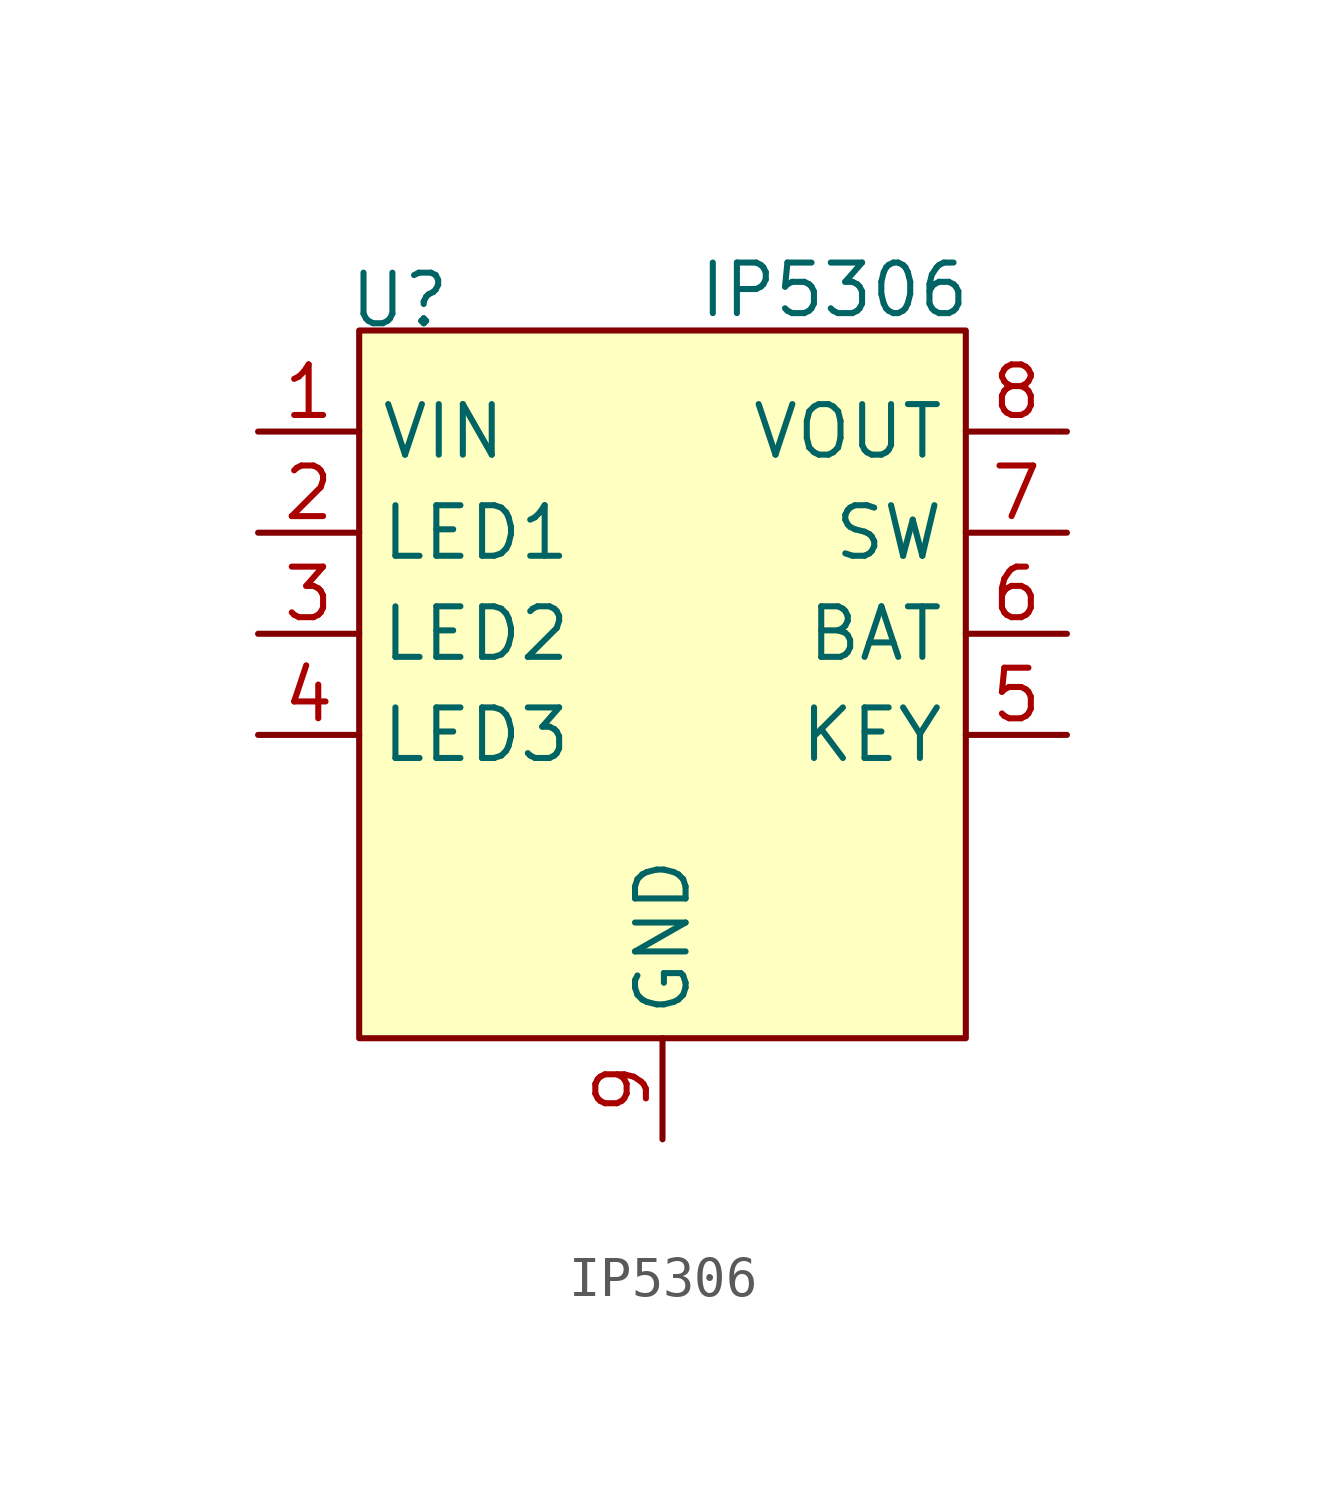
<source format=kicad_sym>
(kicad_symbol_lib
  (version 20231120)
  (generator "kicad_symbol_editor")
  (generator_version "8.0")
  (symbol "IP5306"
    (property "Reference" "U"
      (at -6.604 8.382 0)
      (effects (font (size 1.27 1.27))))
    (property "Value" "IP5306"
      (at 4.318 8.636 0)
      (effects (font (size 1.27 1.27))))
    (symbol "IP5306_1_1"
      (rectangle (start -7.62 7.62) (end 7.62 -10.16) (stroke (width 0) (type default)) (fill (type background)))
      (pin power_in line (at -10.16 5.08 0) (length 2.54) (name "VIN" (effects (font (size 1.27 1.27)))) (number "1" (effects (font (size 1.27 1.27)))))
      (pin bidirectional line (at -10.16 2.54 0) (length 2.54) (name "LED1" (effects (font (size 1.27 1.27)))) (number "2" (effects (font (size 1.27 1.27)))))
      (pin bidirectional line (at -10.16 0 0) (length 2.54) (name "LED2" (effects (font (size 1.27 1.27)))) (number "3" (effects (font (size 1.27 1.27)))))
      (pin bidirectional line (at -10.16 -2.54 0) (length 2.54) (name "LED3" (effects (font (size 1.27 1.27)))) (number "4" (effects (font (size 1.27 1.27)))))
      (pin bidirectional line (at 10.16 -2.54 180) (length 2.54) (name "KEY" (effects (font (size 1.27 1.27)))) (number "5" (effects (font (size 1.27 1.27)))))
      (pin power_in line (at 10.16 0 180) (length 2.54) (name "BAT" (effects (font (size 1.27 1.27)))) (number "6" (effects (font (size 1.27 1.27)))))
      (pin input line (at 10.16 2.54 180) (length 2.54) (name "SW" (effects (font (size 1.27 1.27)))) (number "7" (effects (font (size 1.27 1.27)))))
      (pin power_out line (at 10.16 5.08 180) (length 2.54) (name "VOUT" (effects (font (size 1.27 1.27)))) (number "8" (effects (font (size 1.27 1.27)))))
      (pin power_in line (at 0 -12.7 90) (length 2.54) (name "GND" (effects (font (size 1.27 1.27)))) (number "9" (effects (font (size 1.27 1.27))))))))
</source>
